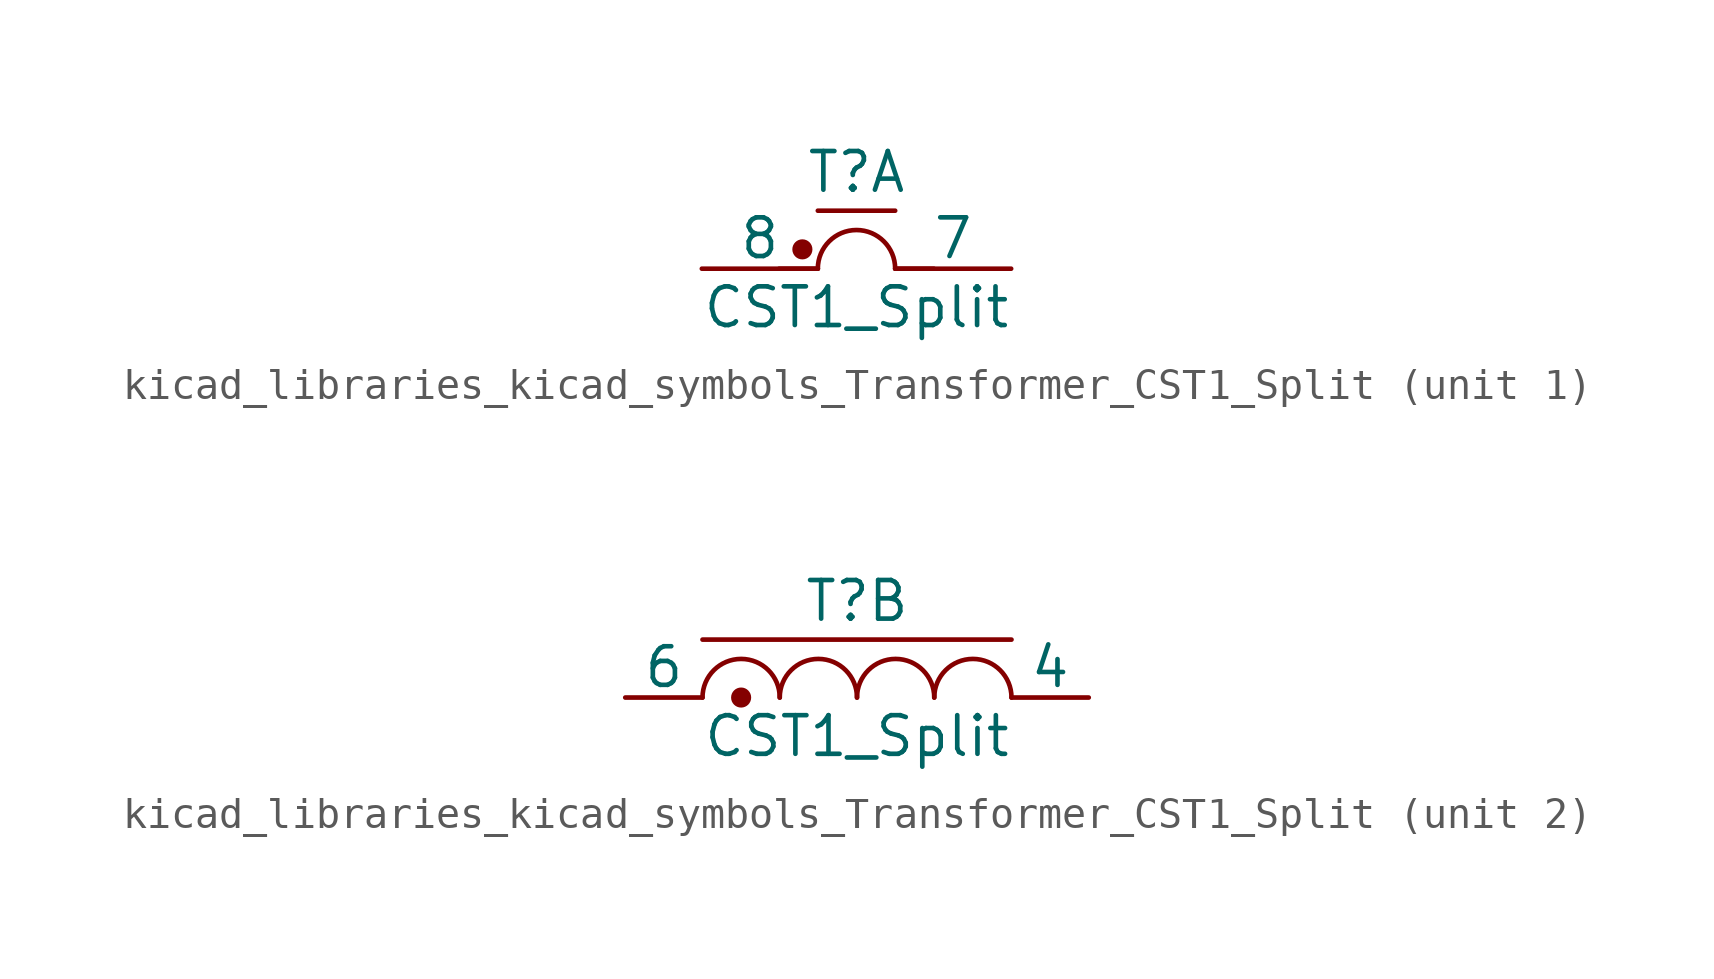
<source format=kicad_sym>
(kicad_symbol_lib
  (version 20220914)
  (generator kicad_symbol_editor)
  (symbol "kicad_libraries_kicad_symbols_Transformer_CST1_Split"
    (pin_numbers hide)
    (pin_names
      (offset 0))
    (property "Reference" "T"
      (at 0 3.175 0)
      (effects (font (size 1.27 1.27))))
    (property "Value" "CST1_Split"
      (at 0 -1.27 0)
      (effects (font (size 1.27 1.27))))
    (property "ki_locked" ""
      (at 0 0 0)
      (effects (font (size 1.27 1.27))))
    (symbol "kicad_libraries_kicad_symbols_Transformer_CST1_Split_1_1"
      (circle (center -1.778 0.635) (radius 0.254) (stroke (width 0) (type default)) (fill (type outline)))
      (polyline (pts (xy -2.54 0) (xy -1.27 0)) (stroke (width 0) (type default)) (fill (type none)))
      (polyline (pts (xy -1.27 1.905) (xy 1.27 1.905)) (stroke (width 0) (type default)) (fill (type none)))
      (polyline (pts (xy 1.27 0) (xy 2.54 0)) (stroke (width 0) (type default)) (fill (type none)))
      (arc (start 1.27 0) (mid 0 1.2645) (end -1.27 0) (stroke (width 0) (type default)) (fill (type none)))
      (pin no_connect line (at 2.54 0 180) (length 2.54) hide (name "1" (effects (font (size 1.27 1.27)))) (number "1" (effects (font (size 1.27 1.27)))))
      (pin no_connect line (at -2.54 0 0) (length 2.54) hide (name "5" (effects (font (size 1.27 1.27)))) (number "5" (effects (font (size 1.27 1.27)))))
      (pin passive line (at 5.08 0 180) (length 3.81) (name "7" (effects (font (size 1.27 1.27)))) (number "7" (effects (font (size 1.27 1.27)))))
      (pin passive line (at -5.08 0 0) (length 3.81) (name "8" (effects (font (size 1.27 1.27)))) (number "8" (effects (font (size 1.27 1.27))))))
    (symbol "kicad_libraries_kicad_symbols_Transformer_CST1_Split_2_1"
      (circle (center -3.81 0) (radius 0.254) (stroke (width 0) (type default)) (fill (type outline)))
      (arc (start -2.54 0) (mid -3.81 1.2645) (end -5.08 0) (stroke (width 0) (type default)) (fill (type none)))
      (arc (start 0 0) (mid -1.27 1.2645) (end -2.54 0) (stroke (width 0) (type default)) (fill (type none)))
      (polyline (pts (xy -5.08 1.905) (xy 5.08 1.905)) (stroke (width 0) (type default)) (fill (type none)))
      (arc (start 2.54 0) (mid 1.27 1.2645) (end 0 0) (stroke (width 0) (type default)) (fill (type none)))
      (arc (start 5.08 0) (mid 3.81 1.2645) (end 2.54 0) (stroke (width 0) (type default)) (fill (type none)))
      (pin no_connect line (at -2.54 0 0) (length 2.54) hide (name "2" (effects (font (size 1.27 1.27)))) (number "2" (effects (font (size 1.27 1.27)))))
      (pin no_connect line (at 2.54 0 180) (length 2.54) hide (name "3" (effects (font (size 1.27 1.27)))) (number "3" (effects (font (size 1.27 1.27)))))
      (pin passive line (at 7.62 0 180) (length 2.54) (name "4" (effects (font (size 1.27 1.27)))) (number "4" (effects (font (size 1.27 1.27)))))
      (pin passive line (at -7.62 0 0) (length 2.54) (name "6" (effects (font (size 1.27 1.27)))) (number "6" (effects (font (size 1.27 1.27))))))))
</source>
